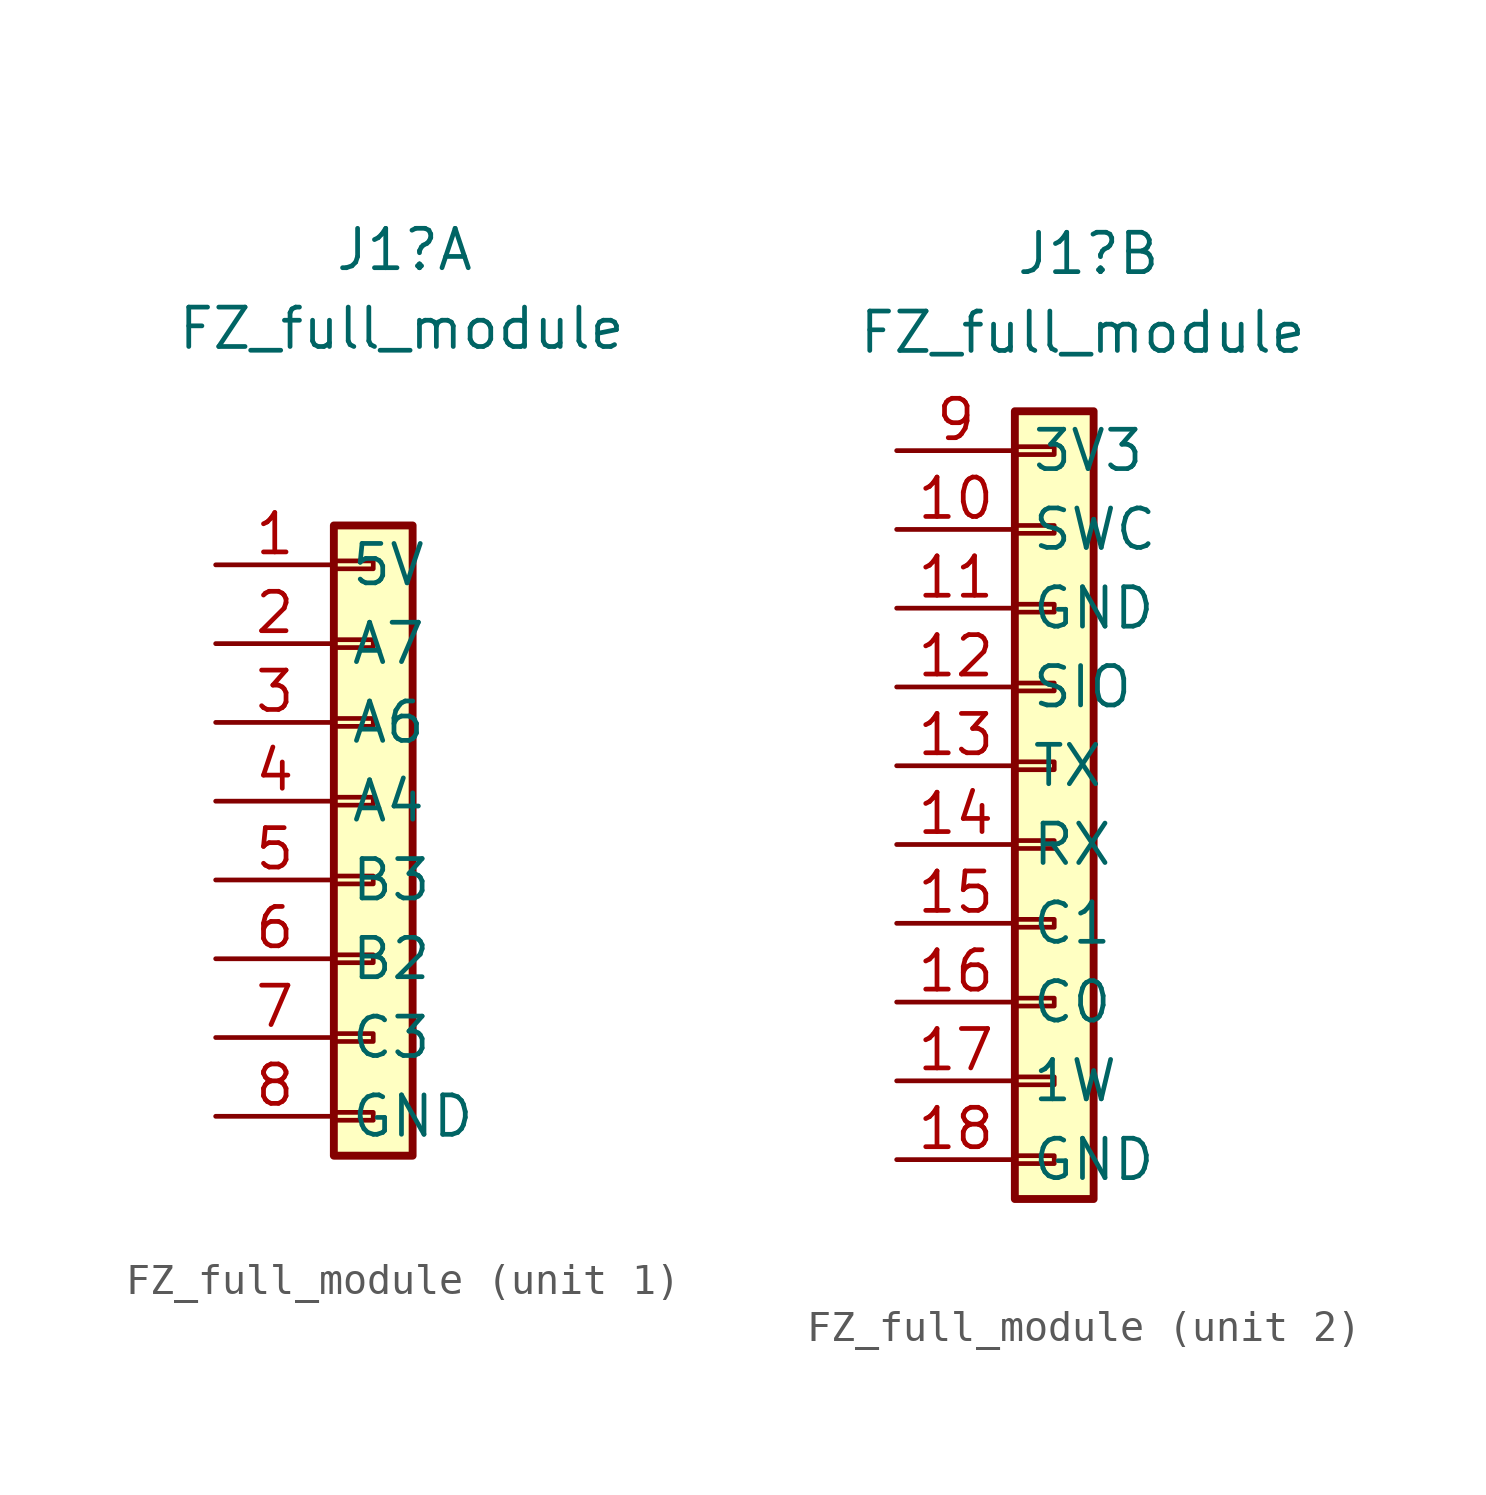
<source format=kicad_sym>
(kicad_symbol_lib
  (version 20211014)
  (generator kicad_symbol_editor)
  (symbol "FZ_full_module"
    (property "Reference" "J1"
      (at -1.27 17.78 0)
      (effects (font (size 1.27 1.27)) (justify left)))
    (property "Value" "FZ_full_module"
      (at -6.35 15.24 0)
      (effects (font (size 1.27 1.27)) (justify left)))
    (property "ki_locked" ""
      (at 0 0 0)
      (effects (font (size 1.27 1.27))))
    (symbol "FZ_full_module_1_1"
      (rectangle (start -1.27 -10.033) (end 0 -10.287) (stroke (width 0.152) (type default) (color 0 0 0 0)) (fill (type none)))
      (rectangle (start -1.27 -7.493) (end 0 -7.747) (stroke (width 0.152) (type default) (color 0 0 0 0)) (fill (type none)))
      (rectangle (start -1.27 -4.953) (end 0 -5.207) (stroke (width 0.152) (type default) (color 0 0 0 0)) (fill (type none)))
      (rectangle (start -1.27 -2.413) (end 0 -2.667) (stroke (width 0.152) (type default) (color 0 0 0 0)) (fill (type none)))
      (rectangle (start -1.27 0.127) (end 0 -0.127) (stroke (width 0.152) (type default) (color 0 0 0 0)) (fill (type none)))
      (rectangle (start -1.27 2.667) (end 0 2.413) (stroke (width 0.152) (type default) (color 0 0 0 0)) (fill (type none)))
      (rectangle (start -1.27 5.207) (end 0 4.953) (stroke (width 0.152) (type default) (color 0 0 0 0)) (fill (type none)))
      (rectangle (start -1.27 7.747) (end 0 7.493) (stroke (width 0.152) (type default) (color 0 0 0 0)) (fill (type none)))
      (rectangle (start -1.27 8.89) (end 1.27 -11.43) (stroke (width 0.254) (type default) (color 0 0 0 0)) (fill (type background)))
      (pin power_out line (at -5.08 7.62 0) (length 3.81) (name "5V" (effects (font (size 1.27 1.27)))) (number "1" (effects (font (size 1.27 1.27)))))
      (pin passive line (at -5.08 5.08 0) (length 3.81) (name "A7" (effects (font (size 1.27 1.27)))) (number "2" (effects (font (size 1.27 1.27)))))
      (pin passive line (at -5.08 2.54 0) (length 3.81) (name "A6" (effects (font (size 1.27 1.27)))) (number "3" (effects (font (size 1.27 1.27)))))
      (pin passive line (at -5.08 0 0) (length 3.81) (name "A4" (effects (font (size 1.27 1.27)))) (number "4" (effects (font (size 1.27 1.27)))))
      (pin passive line (at -5.08 -2.54 0) (length 3.81) (name "B3" (effects (font (size 1.27 1.27)))) (number "5" (effects (font (size 1.27 1.27)))))
      (pin passive line (at -5.08 -5.08 0) (length 3.81) (name "B2" (effects (font (size 1.27 1.27)))) (number "6" (effects (font (size 1.27 1.27)))))
      (pin passive line (at -5.08 -7.62 0) (length 3.81) (name "C3" (effects (font (size 1.27 1.27)))) (number "7" (effects (font (size 1.27 1.27)))))
      (pin power_in line (at -5.08 -10.16 0) (length 3.81) (name "GND" (effects (font (size 1.27 1.27)))) (number "8" (effects (font (size 1.27 1.27))))))
    (symbol "FZ_full_module_2_1"
      (rectangle (start -1.27 -11.303) (end 0 -11.557) (stroke (width 0.152) (type default) (color 0 0 0 0)) (fill (type none)))
      (rectangle (start -1.27 -8.763) (end 0 -9.017) (stroke (width 0.152) (type default) (color 0 0 0 0)) (fill (type none)))
      (rectangle (start -1.27 -6.223) (end 0 -6.477) (stroke (width 0.152) (type default) (color 0 0 0 0)) (fill (type none)))
      (rectangle (start -1.27 -3.683) (end 0 -3.937) (stroke (width 0.152) (type default) (color 0 0 0 0)) (fill (type none)))
      (rectangle (start -1.27 -1.143) (end 0 -1.397) (stroke (width 0.152) (type default) (color 0 0 0 0)) (fill (type none)))
      (rectangle (start -1.27 1.397) (end 0 1.143) (stroke (width 0.152) (type default) (color 0 0 0 0)) (fill (type none)))
      (rectangle (start -1.27 3.937) (end 0 3.683) (stroke (width 0.152) (type default) (color 0 0 0 0)) (fill (type none)))
      (rectangle (start -1.27 6.477) (end 0 6.223) (stroke (width 0.152) (type default) (color 0 0 0 0)) (fill (type none)))
      (rectangle (start -1.27 9.017) (end 0 8.763) (stroke (width 0.152) (type default) (color 0 0 0 0)) (fill (type none)))
      (rectangle (start -1.27 11.557) (end 0 11.303) (stroke (width 0.152) (type default) (color 0 0 0 0)) (fill (type none)))
      (rectangle (start -1.27 12.7) (end 1.27 -12.7) (stroke (width 0.254) (type default) (color 0 0 0 0)) (fill (type background)))
      (pin passive line (at -5.08 8.89 0) (length 3.81) (name "SWC" (effects (font (size 1.27 1.27)))) (number "10" (effects (font (size 1.27 1.27)))))
      (pin passive line (at -5.08 6.35 0) (length 3.81) (name "GND" (effects (font (size 1.27 1.27)))) (number "11" (effects (font (size 1.27 1.27)))))
      (pin passive line (at -5.08 3.81 0) (length 3.81) (name "SIO" (effects (font (size 1.27 1.27)))) (number "12" (effects (font (size 1.27 1.27)))))
      (pin passive line (at -5.08 1.27 0) (length 3.81) (name "TX" (effects (font (size 1.27 1.27)))) (number "13" (effects (font (size 1.27 1.27)))))
      (pin passive line (at -5.08 -1.27 0) (length 3.81) (name "RX" (effects (font (size 1.27 1.27)))) (number "14" (effects (font (size 1.27 1.27)))))
      (pin passive line (at -5.08 -3.81 0) (length 3.81) (name "C1" (effects (font (size 1.27 1.27)))) (number "15" (effects (font (size 1.27 1.27)))))
      (pin passive line (at -5.08 -6.35 0) (length 3.81) (name "C0" (effects (font (size 1.27 1.27)))) (number "16" (effects (font (size 1.27 1.27)))))
      (pin passive line (at -5.08 -8.89 0) (length 3.81) (name "1W" (effects (font (size 1.27 1.27)))) (number "17" (effects (font (size 1.27 1.27)))))
      (pin passive line (at -5.08 -11.43 0) (length 3.81) (name "GND" (effects (font (size 1.27 1.27)))) (number "18" (effects (font (size 1.27 1.27)))))
      (pin power_out line (at -5.08 11.43 0) (length 3.81) (name "3V3" (effects (font (size 1.27 1.27)))) (number "9" (effects (font (size 1.27 1.27))))))))
</source>
